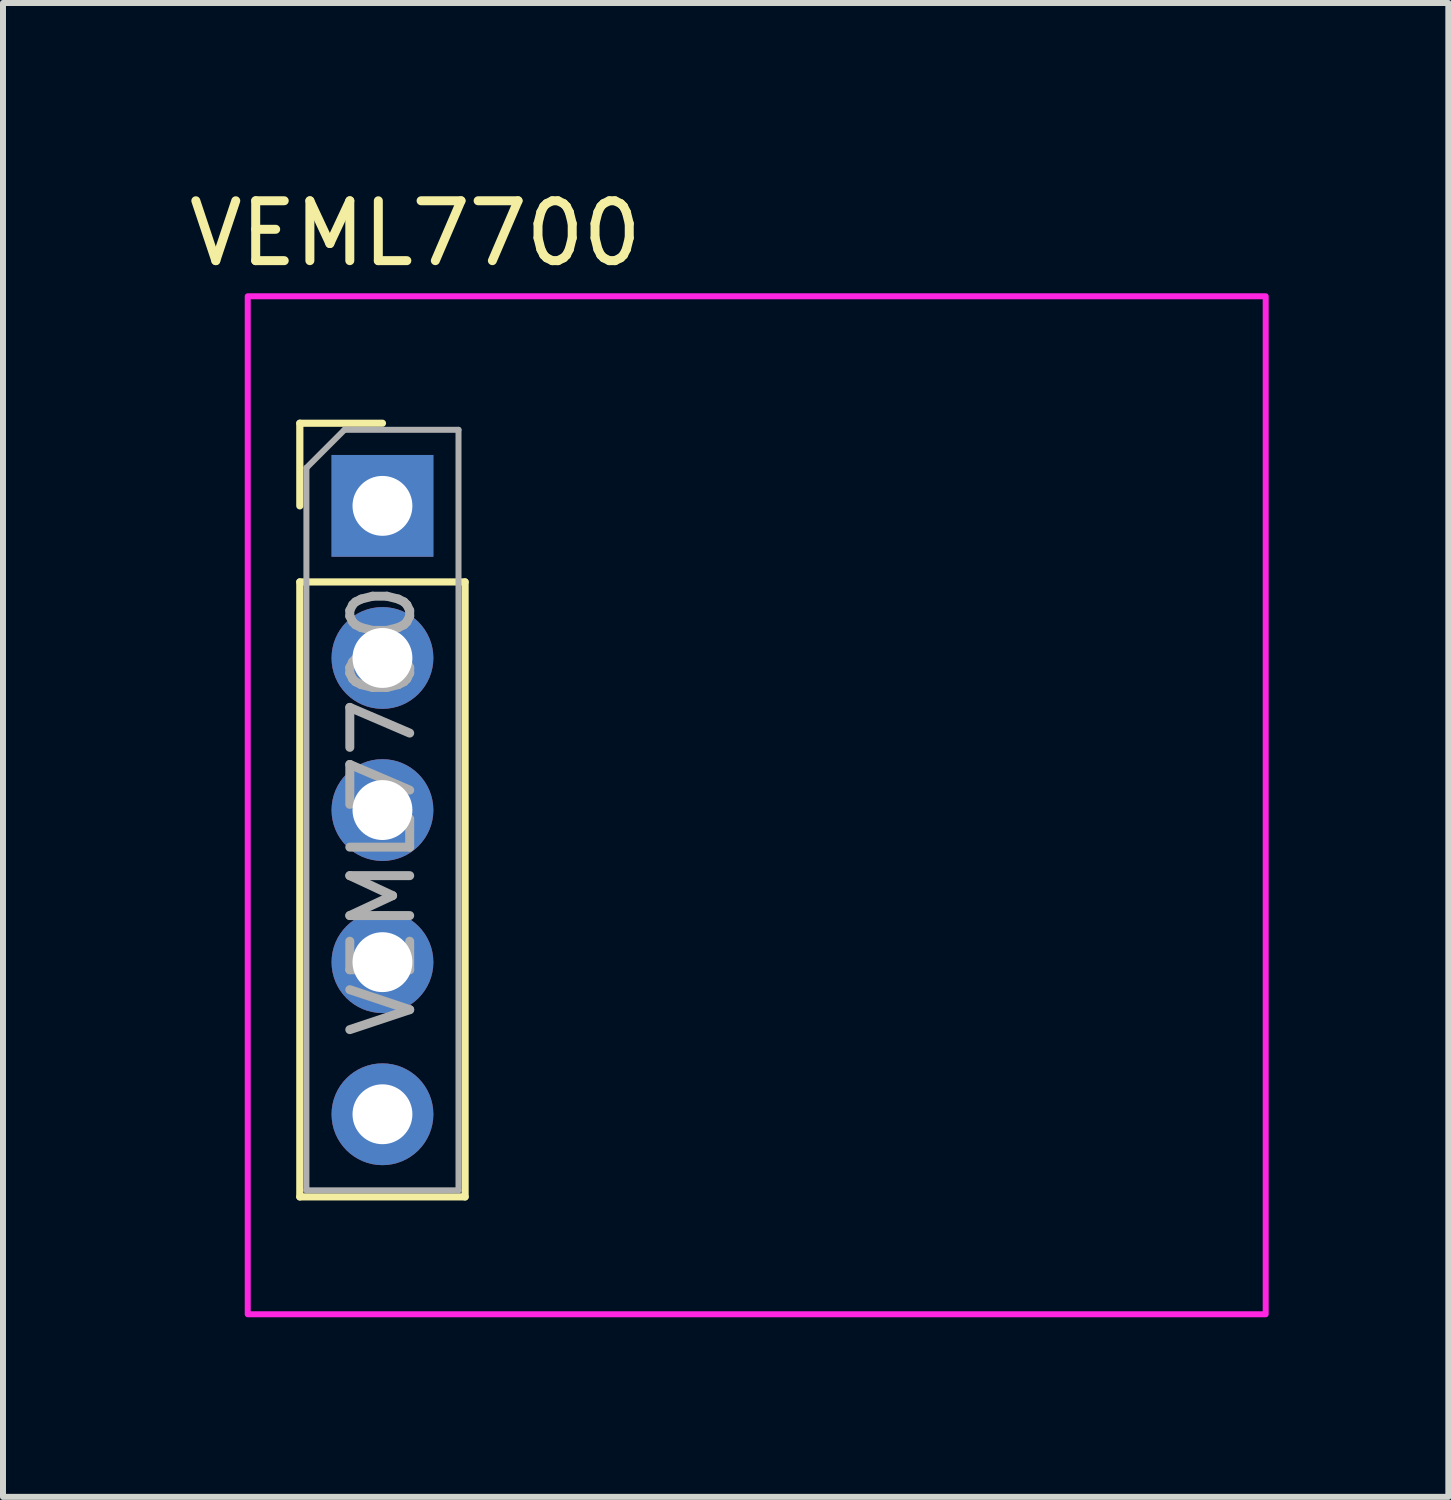
<source format=kicad_pcb>
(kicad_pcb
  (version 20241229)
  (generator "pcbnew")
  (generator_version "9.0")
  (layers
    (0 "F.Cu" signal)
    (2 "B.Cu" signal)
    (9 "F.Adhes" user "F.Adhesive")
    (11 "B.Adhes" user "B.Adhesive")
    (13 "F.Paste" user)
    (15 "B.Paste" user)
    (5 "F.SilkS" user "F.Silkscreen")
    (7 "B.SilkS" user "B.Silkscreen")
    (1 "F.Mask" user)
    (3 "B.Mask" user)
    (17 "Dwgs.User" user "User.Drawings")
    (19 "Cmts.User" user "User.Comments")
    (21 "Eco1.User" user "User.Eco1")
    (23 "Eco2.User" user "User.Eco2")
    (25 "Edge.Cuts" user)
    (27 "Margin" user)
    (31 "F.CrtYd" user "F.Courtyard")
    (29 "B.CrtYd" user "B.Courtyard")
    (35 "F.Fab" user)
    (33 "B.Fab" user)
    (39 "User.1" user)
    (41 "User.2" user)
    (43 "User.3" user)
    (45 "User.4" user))
  (footprint "VEML7700"
    (layer "F.Cu")
    (at 3.337 5.398)
    (property "Reference" "VEML7700" (at 0.55 -4.55 0) (layer "F.SilkS") (effects (font (size 1 1) (thickness 0.15))))
    (attr through_hole)
    (fp_line (start -1.38 -1.38) (end 0 -1.38) (stroke (width 0.12) (type solid)) (layer "F.SilkS"))
    (fp_line (start -1.38 0) (end -1.38 -1.38) (stroke (width 0.12) (type solid)) (layer "F.SilkS"))
    (fp_line (start -1.38 1.27) (end -1.38 11.54) (stroke (width 0.12) (type solid)) (layer "F.SilkS"))
    (fp_line (start -1.38 1.27) (end 1.38 1.27) (stroke (width 0.12) (type solid)) (layer "F.SilkS"))
    (fp_line (start -1.38 11.54) (end 1.38 11.54) (stroke (width 0.12) (type solid)) (layer "F.SilkS"))
    (fp_line (start 1.38 1.27) (end 1.38 11.54) (stroke (width 0.12) (type solid)) (layer "F.SilkS"))
    (fp_rect (start -2.25 -3.5) (end 14.75 13.5) (stroke (width 0.1) (type default)) (fill no) (layer "F.CrtYd"))
    (fp_line (start -1.27 -0.635) (end -0.635 -1.27) (stroke (width 0.1) (type solid)) (layer "F.Fab"))
    (fp_line (start -1.27 11.43) (end -1.27 -0.635) (stroke (width 0.1) (type solid)) (layer "F.Fab"))
    (fp_line (start -0.635 -1.27) (end 1.27 -1.27) (stroke (width 0.1) (type solid)) (layer "F.Fab"))
    (fp_line (start 1.27 -1.27) (end 1.27 11.43) (stroke (width 0.1) (type solid)) (layer "F.Fab"))
    (fp_line (start 1.27 11.43) (end -1.27 11.43) (stroke (width 0.1) (type solid)) (layer "F.Fab"))
    (fp_text user "${REFERENCE}" (at 0 5.08 90) (layer "F.Fab") (effects (font (size 1 1) (thickness 0.15))))
    (pad "1" thru_hole rect (at 0 0) (size 1.7 1.7) (drill 1) (layers "*.Cu" "*.Mask"))
    (pad "2" thru_hole circle (at 0 2.54) (size 1.7 1.7) (drill 1) (layers "*.Cu" "*.Mask"))
    (pad "3" thru_hole circle (at 0 5.08) (size 1.7 1.7) (drill 1) (layers "*.Cu" "*.Mask"))
    (pad "4" thru_hole circle (at 0 7.62) (size 1.7 1.7) (drill 1) (layers "*.Cu" "*.Mask"))
    (pad "5" thru_hole circle (at 0 10.16) (size 1.7 1.7) (drill 1) (layers "*.Cu" "*.Mask")))
  (gr_rect
    (start -3 -3)
    (end 21.137 21.948)
    (stroke (width 0.1) (type default))
    (fill no)
    (layer "Edge.Cuts")))
</source>
